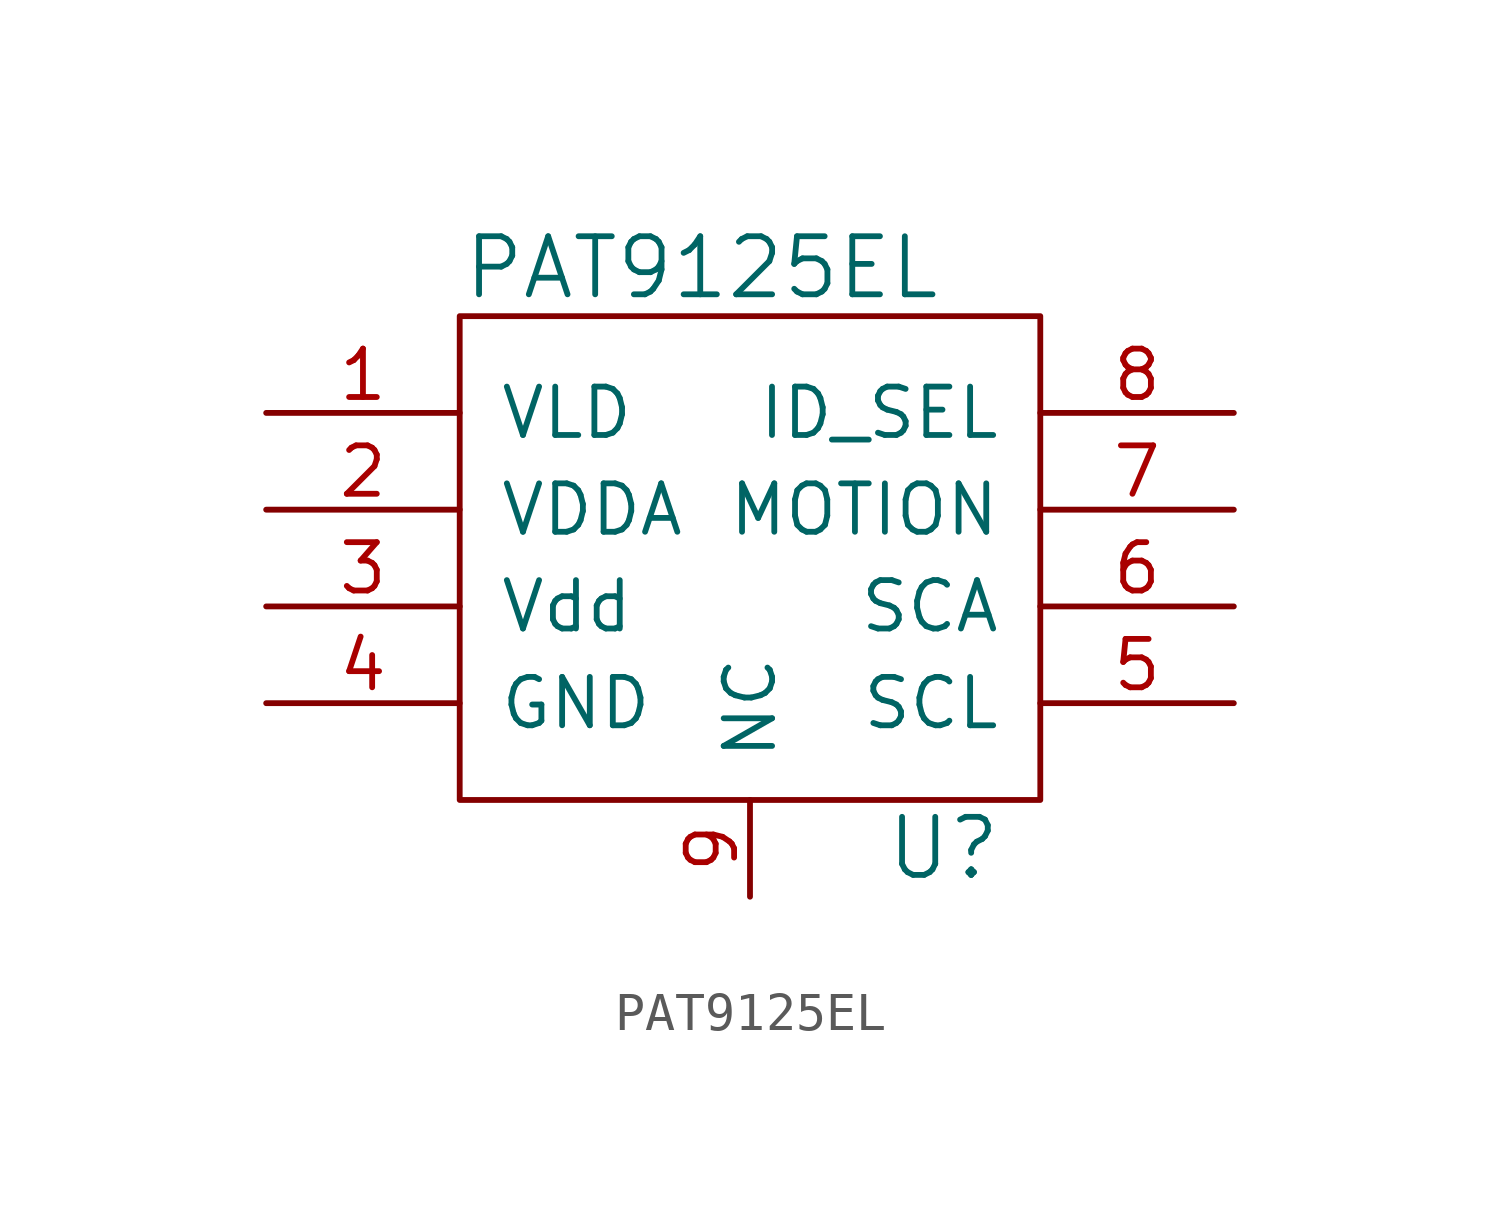
<source format=kicad_sym>
(kicad_symbol_lib
  (version 20211014)
  (generator kicad_symbol_editor)
  (symbol "PAT9125EL"
    (pin_names
      (offset 1.016))
    (property "Reference" "U"
      (at 5.08 -7.62 0)
      (effects (font (size 1.524 1.524))))
    (property "Value" "PAT9125EL"
      (at -1.27 7.62 0)
      (effects (font (size 1.524 1.524))))
    (symbol "PAT9125EL_0_1"
      (rectangle (start -7.62 -6.35) (end 7.62 6.35) (stroke (width 0) (type default) (color 0 0 0 0)) (fill (type none))))
    (symbol "PAT9125EL_1_1"
      (pin input line (at -12.7 3.81 0) (length 5.08) (name "VLD" (effects (font (size 1.27 1.27)))) (number "1" (effects (font (size 1.27 1.27)))))
      (pin input line (at -12.7 1.27 0) (length 5.08) (name "VDDA" (effects (font (size 1.27 1.27)))) (number "2" (effects (font (size 1.27 1.27)))))
      (pin input line (at -12.7 -1.27 0) (length 5.08) (name "Vdd" (effects (font (size 1.27 1.27)))) (number "3" (effects (font (size 1.27 1.27)))))
      (pin input line (at -12.7 -3.81 0) (length 5.08) (name "GND" (effects (font (size 1.27 1.27)))) (number "4" (effects (font (size 1.27 1.27)))))
      (pin input line (at 12.7 -3.81 180) (length 5.08) (name "SCL" (effects (font (size 1.27 1.27)))) (number "5" (effects (font (size 1.27 1.27)))))
      (pin input line (at 12.7 -1.27 180) (length 5.08) (name "SCA" (effects (font (size 1.27 1.27)))) (number "6" (effects (font (size 1.27 1.27)))))
      (pin input line (at 12.7 1.27 180) (length 5.08) (name "MOTION" (effects (font (size 1.27 1.27)))) (number "7" (effects (font (size 1.27 1.27)))))
      (pin input line (at 12.7 3.81 180) (length 5.08) (name "ID_SEL" (effects (font (size 1.27 1.27)))) (number "8" (effects (font (size 1.27 1.27)))))
      (pin input line (at 0 -8.89 90) (length 2.54) (name "NC" (effects (font (size 1.27 1.27)))) (number "9" (effects (font (size 1.27 1.27))))))))
</source>
